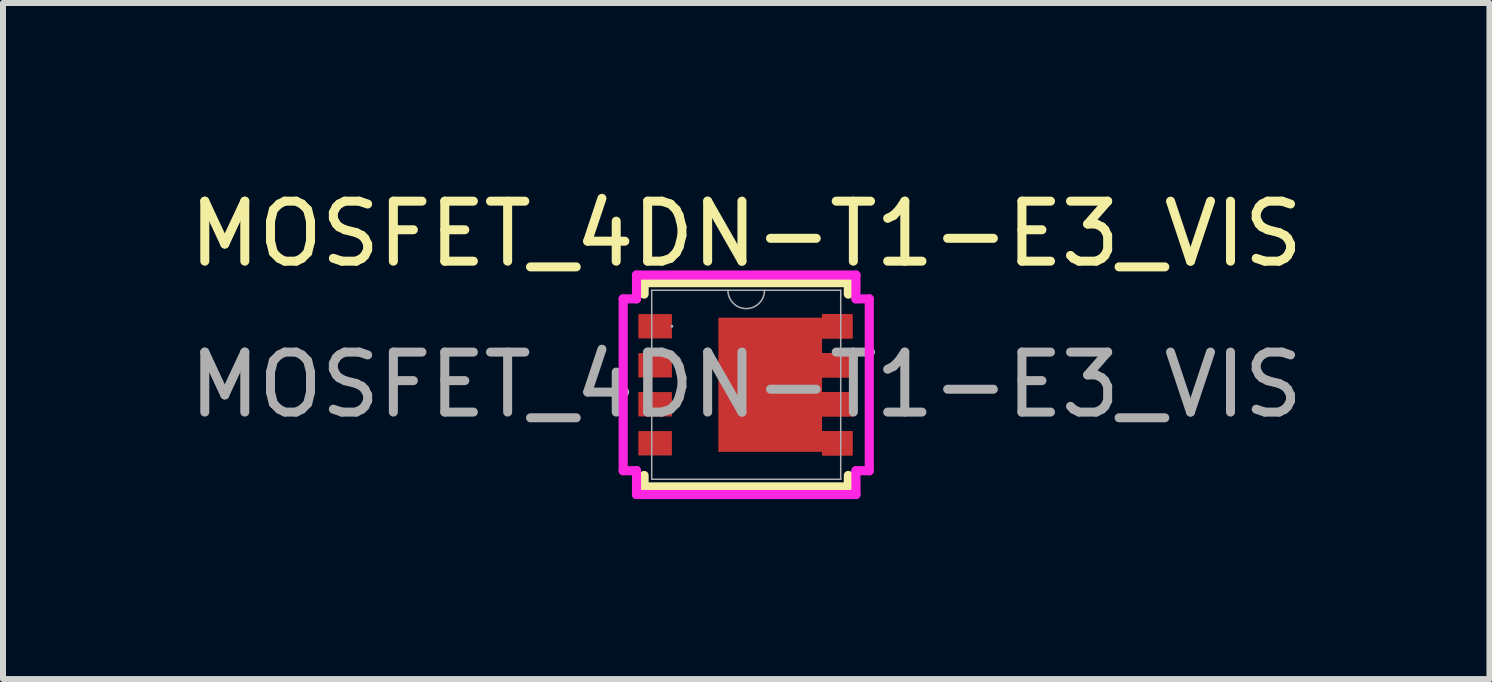
<source format=kicad_pcb>
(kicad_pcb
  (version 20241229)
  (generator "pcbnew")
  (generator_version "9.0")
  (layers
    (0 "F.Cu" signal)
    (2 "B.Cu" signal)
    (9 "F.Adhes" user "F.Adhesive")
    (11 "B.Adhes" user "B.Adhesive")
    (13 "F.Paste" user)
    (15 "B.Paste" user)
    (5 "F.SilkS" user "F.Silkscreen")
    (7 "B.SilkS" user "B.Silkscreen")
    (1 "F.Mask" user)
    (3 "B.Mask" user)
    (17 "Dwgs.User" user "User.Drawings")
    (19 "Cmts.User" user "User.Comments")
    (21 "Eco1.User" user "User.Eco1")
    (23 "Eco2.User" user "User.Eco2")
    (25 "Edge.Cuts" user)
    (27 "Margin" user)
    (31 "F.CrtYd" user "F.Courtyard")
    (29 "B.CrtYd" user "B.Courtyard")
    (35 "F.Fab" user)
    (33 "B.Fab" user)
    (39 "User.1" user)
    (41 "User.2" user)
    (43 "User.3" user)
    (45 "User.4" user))
  (footprint "MOSFET_4DN-T1-E3_VIS"
    (layer "F.Cu")
    (at 9.387 3.363)
    (property "Reference" "MOSFET_4DN-T1-E3_VIS" (at 0 -2.515 0) (unlocked yes) (layer "F.SilkS") (effects (font (size 1 1) (thickness 0.15))))
    (attr smd)
    (fp_poly (pts (xy -0.464 -1.118) (xy 1.263 -1.118) (xy 1.264 -1.178) (xy 1.772 -1.178) (xy 1.772 -0.772) (xy 1.264 -0.772) (xy 1.264 -0.528) (xy 1.772 -0.528) (xy 1.772 -0.122) (xy 1.264 -0.122) (xy 1.264 0.122) (xy 1.772 0.122) (xy 1.772 0.528) (xy 1.264 0.528) (xy 1.264 0.772) (xy 1.772 0.772) (xy 1.772 1.178) (xy 1.264 1.178) (xy 1.263 1.118) (xy -0.464 1.118)) (stroke (width 0) (type solid)) (fill yes) (layer "F.Cu"))
    (fp_poly (pts (xy -0.464 -1.118) (xy 1.263 -1.118) (xy 1.264 -1.178) (xy 1.772 -1.178) (xy 1.772 -0.772) (xy 1.264 -0.772) (xy 1.264 -0.528) (xy 1.772 -0.528) (xy 1.772 -0.122) (xy 1.264 -0.122) (xy 1.264 0.122) (xy 1.772 0.122) (xy 1.772 0.528) (xy 1.264 0.528) (xy 1.264 0.772) (xy 1.772 0.772) (xy 1.772 1.178) (xy 1.264 1.178) (xy 1.263 1.118) (xy -0.464 1.118)) (stroke (width 0) (type solid)) (fill yes) (layer "F.Mask"))
    (fp_line (start -1.702 -1.702) (end -1.702 -1.511) (stroke (width 0.152) (type solid)) (layer "F.SilkS"))
    (fp_line (start -1.702 1.511) (end -1.702 1.702) (stroke (width 0.152) (type solid)) (layer "F.SilkS"))
    (fp_line (start -1.702 1.702) (end 1.702 1.702) (stroke (width 0.152) (type solid)) (layer "F.SilkS"))
    (fp_line (start 1.702 -1.702) (end -1.702 -1.702) (stroke (width 0.152) (type solid)) (layer "F.SilkS"))
    (fp_line (start 1.702 -1.511) (end 1.702 -1.702) (stroke (width 0.152) (type solid)) (layer "F.SilkS"))
    (fp_line (start 1.702 1.702) (end 1.702 1.511) (stroke (width 0.152) (type solid)) (layer "F.SilkS"))
    (fp_poly (pts (xy 1.772 1.178) (xy 1.264 1.178) (xy 1.263 1.118) (xy -0.464 1.118) (xy -0.464 -1.118) (xy 1.263 -1.118) (xy 1.264 -1.178) (xy 1.772 -1.178) (xy 1.772 -0.772) (xy 1.264 -0.772) (xy 1.264 -0.528) (xy 1.772 -0.528) (xy 1.772 -0.122) (xy 1.264 -0.122) (xy 1.264 0.122) (xy 1.772 0.122) (xy 1.772 0.528) (xy 1.264 0.528) (xy 1.264 0.772) (xy 1.772 0.772)) (stroke (width 0) (type solid)) (fill yes) (layer "F.Paste"))
    (fp_line (start -2.051 -1.432) (end -1.829 -1.432) (stroke (width 0.152) (type solid)) (layer "F.CrtYd"))
    (fp_line (start -2.051 1.432) (end -2.051 -1.432) (stroke (width 0.152) (type solid)) (layer "F.CrtYd"))
    (fp_line (start -2.051 1.432) (end -1.829 1.432) (stroke (width 0.152) (type solid)) (layer "F.CrtYd"))
    (fp_line (start -1.829 -1.829) (end 1.829 -1.829) (stroke (width 0.152) (type solid)) (layer "F.CrtYd"))
    (fp_line (start -1.829 -1.432) (end -1.829 -1.829) (stroke (width 0.152) (type solid)) (layer "F.CrtYd"))
    (fp_line (start -1.829 1.829) (end -1.829 1.432) (stroke (width 0.152) (type solid)) (layer "F.CrtYd"))
    (fp_line (start 1.829 -1.829) (end 1.829 -1.432) (stroke (width 0.152) (type solid)) (layer "F.CrtYd"))
    (fp_line (start 1.829 1.432) (end 1.829 1.829) (stroke (width 0.152) (type solid)) (layer "F.CrtYd"))
    (fp_line (start 1.829 1.829) (end -1.829 1.829) (stroke (width 0.152) (type solid)) (layer "F.CrtYd"))
    (fp_line (start 2.051 -1.432) (end 1.829 -1.432) (stroke (width 0.152) (type solid)) (layer "F.CrtYd"))
    (fp_line (start 2.051 -1.432) (end 2.051 1.432) (stroke (width 0.152) (type solid)) (layer "F.CrtYd"))
    (fp_line (start 2.051 1.432) (end 1.829 1.432) (stroke (width 0.152) (type solid)) (layer "F.CrtYd"))
    (fp_line (start -1.575 -1.575) (end -1.575 1.575) (stroke (width 0.025) (type solid)) (layer "F.Fab"))
    (fp_line (start -1.575 1.575) (end 1.575 1.575) (stroke (width 0.025) (type solid)) (layer "F.Fab"))
    (fp_line (start 1.575 -1.575) (end -1.575 -1.575) (stroke (width 0.025) (type solid)) (layer "F.Fab"))
    (fp_line (start 1.575 1.575) (end 1.575 -1.575) (stroke (width 0.025) (type solid)) (layer "F.Fab"))
    (fp_arc (start 0.3048 -1.5748) (mid 0 -1.27) (end -0.3048 -1.5748) (stroke (width 0.0254) (type solid)) (layer "F.Fab"))
    (fp_circle (center -1.238 -0.975) (end -1.238 -0.975) (stroke (width 0.025) (type solid)) (fill no) (layer "F.Fab"))
    (fp_text user "${REFERENCE}" (at 0 0 0) (unlocked yes) (layer "F.Fab") (effects (font (size 1 1) (thickness 0.15))))
    (pad "1" smd rect (at -1.518 -0.975) (size 0.559 0.406) (layers "F.Cu" "F.Mask" "F.Paste"))
    (pad "2" smd rect (at -1.518 -0.325) (size 0.559 0.406) (layers "F.Cu" "F.Mask" "F.Paste"))
    (pad "3" smd rect (at -1.518 0.325) (size 0.559 0.406) (layers "F.Cu" "F.Mask" "F.Paste"))
    (pad "4" smd rect (at -1.518 0.975) (size 0.559 0.406) (layers "F.Cu" "F.Mask" "F.Paste"))
    (pad "5" smd rect (at 1.518 0.975) (size 0.508 0.406) (layers "F.Cu" "F.Mask" "F.Paste"))
    (pad "6" smd rect (at 1.518 0.325) (size 0.508 0.406) (layers "F.Cu" "F.Mask" "F.Paste"))
    (pad "7" smd rect (at 1.518 -0.325) (size 0.508 0.406) (layers "F.Cu" "F.Mask" "F.Paste"))
    (pad "8" smd rect (at 1.518 -0.975) (size 0.508 0.406) (layers "F.Cu" "F.Mask" "F.Paste")))
  (gr_rect
    (start -3 -3)
    (end 21.774 8.268)
    (stroke (width 0.1) (type default))
    (fill no)
    (layer "Edge.Cuts")))
</source>
